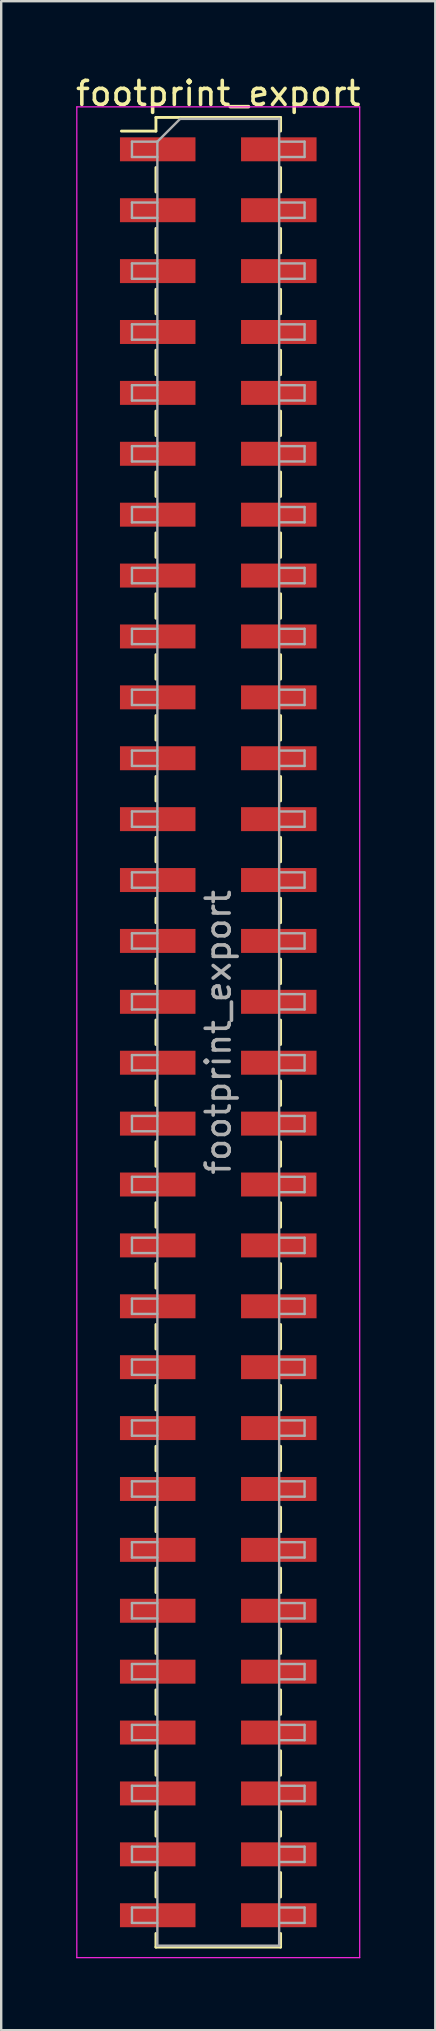
<source format=kicad_pcb>
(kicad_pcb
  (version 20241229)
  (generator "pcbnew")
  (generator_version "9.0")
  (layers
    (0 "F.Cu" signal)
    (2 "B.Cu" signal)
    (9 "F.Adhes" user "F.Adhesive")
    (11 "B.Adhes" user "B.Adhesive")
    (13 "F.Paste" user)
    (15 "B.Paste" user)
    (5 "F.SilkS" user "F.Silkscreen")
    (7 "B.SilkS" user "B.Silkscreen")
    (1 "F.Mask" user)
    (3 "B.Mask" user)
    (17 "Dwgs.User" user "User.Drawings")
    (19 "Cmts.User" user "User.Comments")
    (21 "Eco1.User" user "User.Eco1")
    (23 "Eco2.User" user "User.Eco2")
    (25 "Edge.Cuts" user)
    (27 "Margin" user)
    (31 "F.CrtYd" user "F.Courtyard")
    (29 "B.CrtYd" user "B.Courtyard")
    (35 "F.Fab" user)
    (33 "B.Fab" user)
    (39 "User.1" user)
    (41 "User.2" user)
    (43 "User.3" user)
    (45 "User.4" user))
  (footprint "footprint_export"
    (layer "F.Cu")
    (at 6.054 40.008)
    (property "Reference" "footprint_export" (at 0 -39.16 0) (layer "F.SilkS") (effects (font (size 1 1) (thickness 0.15))))
    (attr smd)
    (fp_line (start -4.04 -37.59) (end -2.6 -37.59) (stroke (width 0.12) (type solid)) (layer "F.SilkS"))
    (fp_line (start -2.6 -38.16) (end -2.6 -37.59) (stroke (width 0.12) (type solid)) (layer "F.SilkS"))
    (fp_line (start -2.6 -38.16) (end 2.6 -38.16) (stroke (width 0.12) (type solid)) (layer "F.SilkS"))
    (fp_line (start -2.6 -36.07) (end -2.6 -35.05) (stroke (width 0.12) (type solid)) (layer "F.SilkS"))
    (fp_line (start -2.6 -33.53) (end -2.6 -32.51) (stroke (width 0.12) (type solid)) (layer "F.SilkS"))
    (fp_line (start -2.6 -30.99) (end -2.6 -29.97) (stroke (width 0.12) (type solid)) (layer "F.SilkS"))
    (fp_line (start -2.6 -28.45) (end -2.6 -27.43) (stroke (width 0.12) (type solid)) (layer "F.SilkS"))
    (fp_line (start -2.6 -25.91) (end -2.6 -24.89) (stroke (width 0.12) (type solid)) (layer "F.SilkS"))
    (fp_line (start -2.6 -23.37) (end -2.6 -22.35) (stroke (width 0.12) (type solid)) (layer "F.SilkS"))
    (fp_line (start -2.6 -20.83) (end -2.6 -19.81) (stroke (width 0.12) (type solid)) (layer "F.SilkS"))
    (fp_line (start -2.6 -18.29) (end -2.6 -17.27) (stroke (width 0.12) (type solid)) (layer "F.SilkS"))
    (fp_line (start -2.6 -15.75) (end -2.6 -14.73) (stroke (width 0.12) (type solid)) (layer "F.SilkS"))
    (fp_line (start -2.6 -13.21) (end -2.6 -12.19) (stroke (width 0.12) (type solid)) (layer "F.SilkS"))
    (fp_line (start -2.6 -10.67) (end -2.6 -9.65) (stroke (width 0.12) (type solid)) (layer "F.SilkS"))
    (fp_line (start -2.6 -8.13) (end -2.6 -7.11) (stroke (width 0.12) (type solid)) (layer "F.SilkS"))
    (fp_line (start -2.6 -5.59) (end -2.6 -4.57) (stroke (width 0.12) (type solid)) (layer "F.SilkS"))
    (fp_line (start -2.6 -3.05) (end -2.6 -2.03) (stroke (width 0.12) (type solid)) (layer "F.SilkS"))
    (fp_line (start -2.6 -0.51) (end -2.6 0.51) (stroke (width 0.12) (type solid)) (layer "F.SilkS"))
    (fp_line (start -2.6 2.03) (end -2.6 3.05) (stroke (width 0.12) (type solid)) (layer "F.SilkS"))
    (fp_line (start -2.6 4.57) (end -2.6 5.59) (stroke (width 0.12) (type solid)) (layer "F.SilkS"))
    (fp_line (start -2.6 7.11) (end -2.6 8.13) (stroke (width 0.12) (type solid)) (layer "F.SilkS"))
    (fp_line (start -2.6 9.65) (end -2.6 10.67) (stroke (width 0.12) (type solid)) (layer "F.SilkS"))
    (fp_line (start -2.6 12.19) (end -2.6 13.21) (stroke (width 0.12) (type solid)) (layer "F.SilkS"))
    (fp_line (start -2.6 14.73) (end -2.6 15.75) (stroke (width 0.12) (type solid)) (layer "F.SilkS"))
    (fp_line (start -2.6 17.27) (end -2.6 18.29) (stroke (width 0.12) (type solid)) (layer "F.SilkS"))
    (fp_line (start -2.6 19.81) (end -2.6 20.83) (stroke (width 0.12) (type solid)) (layer "F.SilkS"))
    (fp_line (start -2.6 22.35) (end -2.6 23.37) (stroke (width 0.12) (type solid)) (layer "F.SilkS"))
    (fp_line (start -2.6 24.89) (end -2.6 25.91) (stroke (width 0.12) (type solid)) (layer "F.SilkS"))
    (fp_line (start -2.6 27.43) (end -2.6 28.45) (stroke (width 0.12) (type solid)) (layer "F.SilkS"))
    (fp_line (start -2.6 29.97) (end -2.6 30.99) (stroke (width 0.12) (type solid)) (layer "F.SilkS"))
    (fp_line (start -2.6 32.51) (end -2.6 33.53) (stroke (width 0.12) (type solid)) (layer "F.SilkS"))
    (fp_line (start -2.6 35.05) (end -2.6 36.07) (stroke (width 0.12) (type solid)) (layer "F.SilkS"))
    (fp_line (start -2.6 37.59) (end -2.6 38.16) (stroke (width 0.12) (type solid)) (layer "F.SilkS"))
    (fp_line (start -2.6 38.16) (end 2.6 38.16) (stroke (width 0.12) (type solid)) (layer "F.SilkS"))
    (fp_line (start 2.6 -38.16) (end 2.6 -37.59) (stroke (width 0.12) (type solid)) (layer "F.SilkS"))
    (fp_line (start 2.6 -36.07) (end 2.6 -35.05) (stroke (width 0.12) (type solid)) (layer "F.SilkS"))
    (fp_line (start 2.6 -33.53) (end 2.6 -32.51) (stroke (width 0.12) (type solid)) (layer "F.SilkS"))
    (fp_line (start 2.6 -30.99) (end 2.6 -29.97) (stroke (width 0.12) (type solid)) (layer "F.SilkS"))
    (fp_line (start 2.6 -28.45) (end 2.6 -27.43) (stroke (width 0.12) (type solid)) (layer "F.SilkS"))
    (fp_line (start 2.6 -25.91) (end 2.6 -24.89) (stroke (width 0.12) (type solid)) (layer "F.SilkS"))
    (fp_line (start 2.6 -23.37) (end 2.6 -22.35) (stroke (width 0.12) (type solid)) (layer "F.SilkS"))
    (fp_line (start 2.6 -20.83) (end 2.6 -19.81) (stroke (width 0.12) (type solid)) (layer "F.SilkS"))
    (fp_line (start 2.6 -18.29) (end 2.6 -17.27) (stroke (width 0.12) (type solid)) (layer "F.SilkS"))
    (fp_line (start 2.6 -15.75) (end 2.6 -14.73) (stroke (width 0.12) (type solid)) (layer "F.SilkS"))
    (fp_line (start 2.6 -13.21) (end 2.6 -12.19) (stroke (width 0.12) (type solid)) (layer "F.SilkS"))
    (fp_line (start 2.6 -10.67) (end 2.6 -9.65) (stroke (width 0.12) (type solid)) (layer "F.SilkS"))
    (fp_line (start 2.6 -8.13) (end 2.6 -7.11) (stroke (width 0.12) (type solid)) (layer "F.SilkS"))
    (fp_line (start 2.6 -5.59) (end 2.6 -4.57) (stroke (width 0.12) (type solid)) (layer "F.SilkS"))
    (fp_line (start 2.6 -3.05) (end 2.6 -2.03) (stroke (width 0.12) (type solid)) (layer "F.SilkS"))
    (fp_line (start 2.6 -0.51) (end 2.6 0.51) (stroke (width 0.12) (type solid)) (layer "F.SilkS"))
    (fp_line (start 2.6 2.03) (end 2.6 3.05) (stroke (width 0.12) (type solid)) (layer "F.SilkS"))
    (fp_line (start 2.6 4.57) (end 2.6 5.59) (stroke (width 0.12) (type solid)) (layer "F.SilkS"))
    (fp_line (start 2.6 7.11) (end 2.6 8.13) (stroke (width 0.12) (type solid)) (layer "F.SilkS"))
    (fp_line (start 2.6 9.65) (end 2.6 10.67) (stroke (width 0.12) (type solid)) (layer "F.SilkS"))
    (fp_line (start 2.6 12.19) (end 2.6 13.21) (stroke (width 0.12) (type solid)) (layer "F.SilkS"))
    (fp_line (start 2.6 14.73) (end 2.6 15.75) (stroke (width 0.12) (type solid)) (layer "F.SilkS"))
    (fp_line (start 2.6 17.27) (end 2.6 18.29) (stroke (width 0.12) (type solid)) (layer "F.SilkS"))
    (fp_line (start 2.6 19.81) (end 2.6 20.83) (stroke (width 0.12) (type solid)) (layer "F.SilkS"))
    (fp_line (start 2.6 22.35) (end 2.6 23.37) (stroke (width 0.12) (type solid)) (layer "F.SilkS"))
    (fp_line (start 2.6 24.89) (end 2.6 25.91) (stroke (width 0.12) (type solid)) (layer "F.SilkS"))
    (fp_line (start 2.6 27.43) (end 2.6 28.45) (stroke (width 0.12) (type solid)) (layer "F.SilkS"))
    (fp_line (start 2.6 29.97) (end 2.6 30.99) (stroke (width 0.12) (type solid)) (layer "F.SilkS"))
    (fp_line (start 2.6 32.51) (end 2.6 33.53) (stroke (width 0.12) (type solid)) (layer "F.SilkS"))
    (fp_line (start 2.6 35.05) (end 2.6 36.07) (stroke (width 0.12) (type solid)) (layer "F.SilkS"))
    (fp_line (start 2.6 37.59) (end 2.6 38.16) (stroke (width 0.12) (type solid)) (layer "F.SilkS"))
    (fp_line (start -5.9 -38.6) (end -5.9 38.6) (stroke (width 0.05) (type solid)) (layer "F.CrtYd"))
    (fp_line (start -5.9 38.6) (end 5.9 38.6) (stroke (width 0.05) (type solid)) (layer "F.CrtYd"))
    (fp_line (start 5.9 -38.6) (end -5.9 -38.6) (stroke (width 0.05) (type solid)) (layer "F.CrtYd"))
    (fp_line (start 5.9 38.6) (end 5.9 -38.6) (stroke (width 0.05) (type solid)) (layer "F.CrtYd"))
    (fp_line (start -3.6 -37.15) (end -3.6 -36.51) (stroke (width 0.1) (type solid)) (layer "F.Fab"))
    (fp_line (start -3.6 -36.51) (end -2.54 -36.51) (stroke (width 0.1) (type solid)) (layer "F.Fab"))
    (fp_line (start -3.6 -34.61) (end -3.6 -33.97) (stroke (width 0.1) (type solid)) (layer "F.Fab"))
    (fp_line (start -3.6 -33.97) (end -2.54 -33.97) (stroke (width 0.1) (type solid)) (layer "F.Fab"))
    (fp_line (start -3.6 -32.07) (end -3.6 -31.43) (stroke (width 0.1) (type solid)) (layer "F.Fab"))
    (fp_line (start -3.6 -31.43) (end -2.54 -31.43) (stroke (width 0.1) (type solid)) (layer "F.Fab"))
    (fp_line (start -3.6 -29.53) (end -3.6 -28.89) (stroke (width 0.1) (type solid)) (layer "F.Fab"))
    (fp_line (start -3.6 -28.89) (end -2.54 -28.89) (stroke (width 0.1) (type solid)) (layer "F.Fab"))
    (fp_line (start -3.6 -26.99) (end -3.6 -26.35) (stroke (width 0.1) (type solid)) (layer "F.Fab"))
    (fp_line (start -3.6 -26.35) (end -2.54 -26.35) (stroke (width 0.1) (type solid)) (layer "F.Fab"))
    (fp_line (start -3.6 -24.45) (end -3.6 -23.81) (stroke (width 0.1) (type solid)) (layer "F.Fab"))
    (fp_line (start -3.6 -23.81) (end -2.54 -23.81) (stroke (width 0.1) (type solid)) (layer "F.Fab"))
    (fp_line (start -3.6 -21.91) (end -3.6 -21.27) (stroke (width 0.1) (type solid)) (layer "F.Fab"))
    (fp_line (start -3.6 -21.27) (end -2.54 -21.27) (stroke (width 0.1) (type solid)) (layer "F.Fab"))
    (fp_line (start -3.6 -19.37) (end -3.6 -18.73) (stroke (width 0.1) (type solid)) (layer "F.Fab"))
    (fp_line (start -3.6 -18.73) (end -2.54 -18.73) (stroke (width 0.1) (type solid)) (layer "F.Fab"))
    (fp_line (start -3.6 -16.83) (end -3.6 -16.19) (stroke (width 0.1) (type solid)) (layer "F.Fab"))
    (fp_line (start -3.6 -16.19) (end -2.54 -16.19) (stroke (width 0.1) (type solid)) (layer "F.Fab"))
    (fp_line (start -3.6 -14.29) (end -3.6 -13.65) (stroke (width 0.1) (type solid)) (layer "F.Fab"))
    (fp_line (start -3.6 -13.65) (end -2.54 -13.65) (stroke (width 0.1) (type solid)) (layer "F.Fab"))
    (fp_line (start -3.6 -11.75) (end -3.6 -11.11) (stroke (width 0.1) (type solid)) (layer "F.Fab"))
    (fp_line (start -3.6 -11.11) (end -2.54 -11.11) (stroke (width 0.1) (type solid)) (layer "F.Fab"))
    (fp_line (start -3.6 -9.21) (end -3.6 -8.57) (stroke (width 0.1) (type solid)) (layer "F.Fab"))
    (fp_line (start -3.6 -8.57) (end -2.54 -8.57) (stroke (width 0.1) (type solid)) (layer "F.Fab"))
    (fp_line (start -3.6 -6.67) (end -3.6 -6.03) (stroke (width 0.1) (type solid)) (layer "F.Fab"))
    (fp_line (start -3.6 -6.03) (end -2.54 -6.03) (stroke (width 0.1) (type solid)) (layer "F.Fab"))
    (fp_line (start -3.6 -4.13) (end -3.6 -3.49) (stroke (width 0.1) (type solid)) (layer "F.Fab"))
    (fp_line (start -3.6 -3.49) (end -2.54 -3.49) (stroke (width 0.1) (type solid)) (layer "F.Fab"))
    (fp_line (start -3.6 -1.59) (end -3.6 -0.95) (stroke (width 0.1) (type solid)) (layer "F.Fab"))
    (fp_line (start -3.6 -0.95) (end -2.54 -0.95) (stroke (width 0.1) (type solid)) (layer "F.Fab"))
    (fp_line (start -3.6 0.95) (end -3.6 1.59) (stroke (width 0.1) (type solid)) (layer "F.Fab"))
    (fp_line (start -3.6 1.59) (end -2.54 1.59) (stroke (width 0.1) (type solid)) (layer "F.Fab"))
    (fp_line (start -3.6 3.49) (end -3.6 4.13) (stroke (width 0.1) (type solid)) (layer "F.Fab"))
    (fp_line (start -3.6 4.13) (end -2.54 4.13) (stroke (width 0.1) (type solid)) (layer "F.Fab"))
    (fp_line (start -3.6 6.03) (end -3.6 6.67) (stroke (width 0.1) (type solid)) (layer "F.Fab"))
    (fp_line (start -3.6 6.67) (end -2.54 6.67) (stroke (width 0.1) (type solid)) (layer "F.Fab"))
    (fp_line (start -3.6 8.57) (end -3.6 9.21) (stroke (width 0.1) (type solid)) (layer "F.Fab"))
    (fp_line (start -3.6 9.21) (end -2.54 9.21) (stroke (width 0.1) (type solid)) (layer "F.Fab"))
    (fp_line (start -3.6 11.11) (end -3.6 11.75) (stroke (width 0.1) (type solid)) (layer "F.Fab"))
    (fp_line (start -3.6 11.75) (end -2.54 11.75) (stroke (width 0.1) (type solid)) (layer "F.Fab"))
    (fp_line (start -3.6 13.65) (end -3.6 14.29) (stroke (width 0.1) (type solid)) (layer "F.Fab"))
    (fp_line (start -3.6 14.29) (end -2.54 14.29) (stroke (width 0.1) (type solid)) (layer "F.Fab"))
    (fp_line (start -3.6 16.19) (end -3.6 16.83) (stroke (width 0.1) (type solid)) (layer "F.Fab"))
    (fp_line (start -3.6 16.83) (end -2.54 16.83) (stroke (width 0.1) (type solid)) (layer "F.Fab"))
    (fp_line (start -3.6 18.73) (end -3.6 19.37) (stroke (width 0.1) (type solid)) (layer "F.Fab"))
    (fp_line (start -3.6 19.37) (end -2.54 19.37) (stroke (width 0.1) (type solid)) (layer "F.Fab"))
    (fp_line (start -3.6 21.27) (end -3.6 21.91) (stroke (width 0.1) (type solid)) (layer "F.Fab"))
    (fp_line (start -3.6 21.91) (end -2.54 21.91) (stroke (width 0.1) (type solid)) (layer "F.Fab"))
    (fp_line (start -3.6 23.81) (end -3.6 24.45) (stroke (width 0.1) (type solid)) (layer "F.Fab"))
    (fp_line (start -3.6 24.45) (end -2.54 24.45) (stroke (width 0.1) (type solid)) (layer "F.Fab"))
    (fp_line (start -3.6 26.35) (end -3.6 26.99) (stroke (width 0.1) (type solid)) (layer "F.Fab"))
    (fp_line (start -3.6 26.99) (end -2.54 26.99) (stroke (width 0.1) (type solid)) (layer "F.Fab"))
    (fp_line (start -3.6 28.89) (end -3.6 29.53) (stroke (width 0.1) (type solid)) (layer "F.Fab"))
    (fp_line (start -3.6 29.53) (end -2.54 29.53) (stroke (width 0.1) (type solid)) (layer "F.Fab"))
    (fp_line (start -3.6 31.43) (end -3.6 32.07) (stroke (width 0.1) (type solid)) (layer "F.Fab"))
    (fp_line (start -3.6 32.07) (end -2.54 32.07) (stroke (width 0.1) (type solid)) (layer "F.Fab"))
    (fp_line (start -3.6 33.97) (end -3.6 34.61) (stroke (width 0.1) (type solid)) (layer "F.Fab"))
    (fp_line (start -3.6 34.61) (end -2.54 34.61) (stroke (width 0.1) (type solid)) (layer "F.Fab"))
    (fp_line (start -3.6 36.51) (end -3.6 37.15) (stroke (width 0.1) (type solid)) (layer "F.Fab"))
    (fp_line (start -3.6 37.15) (end -2.54 37.15) (stroke (width 0.1) (type solid)) (layer "F.Fab"))
    (fp_line (start -2.54 -37.15) (end -3.6 -37.15) (stroke (width 0.1) (type solid)) (layer "F.Fab"))
    (fp_line (start -2.54 -37.15) (end -1.59 -38.1) (stroke (width 0.1) (type solid)) (layer "F.Fab"))
    (fp_line (start -2.54 -34.61) (end -3.6 -34.61) (stroke (width 0.1) (type solid)) (layer "F.Fab"))
    (fp_line (start -2.54 -32.07) (end -3.6 -32.07) (stroke (width 0.1) (type solid)) (layer "F.Fab"))
    (fp_line (start -2.54 -29.53) (end -3.6 -29.53) (stroke (width 0.1) (type solid)) (layer "F.Fab"))
    (fp_line (start -2.54 -26.99) (end -3.6 -26.99) (stroke (width 0.1) (type solid)) (layer "F.Fab"))
    (fp_line (start -2.54 -24.45) (end -3.6 -24.45) (stroke (width 0.1) (type solid)) (layer "F.Fab"))
    (fp_line (start -2.54 -21.91) (end -3.6 -21.91) (stroke (width 0.1) (type solid)) (layer "F.Fab"))
    (fp_line (start -2.54 -19.37) (end -3.6 -19.37) (stroke (width 0.1) (type solid)) (layer "F.Fab"))
    (fp_line (start -2.54 -16.83) (end -3.6 -16.83) (stroke (width 0.1) (type solid)) (layer "F.Fab"))
    (fp_line (start -2.54 -14.29) (end -3.6 -14.29) (stroke (width 0.1) (type solid)) (layer "F.Fab"))
    (fp_line (start -2.54 -11.75) (end -3.6 -11.75) (stroke (width 0.1) (type solid)) (layer "F.Fab"))
    (fp_line (start -2.54 -9.21) (end -3.6 -9.21) (stroke (width 0.1) (type solid)) (layer "F.Fab"))
    (fp_line (start -2.54 -6.67) (end -3.6 -6.67) (stroke (width 0.1) (type solid)) (layer "F.Fab"))
    (fp_line (start -2.54 -4.13) (end -3.6 -4.13) (stroke (width 0.1) (type solid)) (layer "F.Fab"))
    (fp_line (start -2.54 -1.59) (end -3.6 -1.59) (stroke (width 0.1) (type solid)) (layer "F.Fab"))
    (fp_line (start -2.54 0.95) (end -3.6 0.95) (stroke (width 0.1) (type solid)) (layer "F.Fab"))
    (fp_line (start -2.54 3.49) (end -3.6 3.49) (stroke (width 0.1) (type solid)) (layer "F.Fab"))
    (fp_line (start -2.54 6.03) (end -3.6 6.03) (stroke (width 0.1) (type solid)) (layer "F.Fab"))
    (fp_line (start -2.54 8.57) (end -3.6 8.57) (stroke (width 0.1) (type solid)) (layer "F.Fab"))
    (fp_line (start -2.54 11.11) (end -3.6 11.11) (stroke (width 0.1) (type solid)) (layer "F.Fab"))
    (fp_line (start -2.54 13.65) (end -3.6 13.65) (stroke (width 0.1) (type solid)) (layer "F.Fab"))
    (fp_line (start -2.54 16.19) (end -3.6 16.19) (stroke (width 0.1) (type solid)) (layer "F.Fab"))
    (fp_line (start -2.54 18.73) (end -3.6 18.73) (stroke (width 0.1) (type solid)) (layer "F.Fab"))
    (fp_line (start -2.54 21.27) (end -3.6 21.27) (stroke (width 0.1) (type solid)) (layer "F.Fab"))
    (fp_line (start -2.54 23.81) (end -3.6 23.81) (stroke (width 0.1) (type solid)) (layer "F.Fab"))
    (fp_line (start -2.54 26.35) (end -3.6 26.35) (stroke (width 0.1) (type solid)) (layer "F.Fab"))
    (fp_line (start -2.54 28.89) (end -3.6 28.89) (stroke (width 0.1) (type solid)) (layer "F.Fab"))
    (fp_line (start -2.54 31.43) (end -3.6 31.43) (stroke (width 0.1) (type solid)) (layer "F.Fab"))
    (fp_line (start -2.54 33.97) (end -3.6 33.97) (stroke (width 0.1) (type solid)) (layer "F.Fab"))
    (fp_line (start -2.54 36.51) (end -3.6 36.51) (stroke (width 0.1) (type solid)) (layer "F.Fab"))
    (fp_line (start -2.54 38.1) (end -2.54 -37.15) (stroke (width 0.1) (type solid)) (layer "F.Fab"))
    (fp_line (start -1.59 -38.1) (end 2.54 -38.1) (stroke (width 0.1) (type solid)) (layer "F.Fab"))
    (fp_line (start 2.54 -38.1) (end 2.54 38.1) (stroke (width 0.1) (type solid)) (layer "F.Fab"))
    (fp_line (start 2.54 -37.15) (end 3.6 -37.15) (stroke (width 0.1) (type solid)) (layer "F.Fab"))
    (fp_line (start 2.54 -34.61) (end 3.6 -34.61) (stroke (width 0.1) (type solid)) (layer "F.Fab"))
    (fp_line (start 2.54 -32.07) (end 3.6 -32.07) (stroke (width 0.1) (type solid)) (layer "F.Fab"))
    (fp_line (start 2.54 -29.53) (end 3.6 -29.53) (stroke (width 0.1) (type solid)) (layer "F.Fab"))
    (fp_line (start 2.54 -26.99) (end 3.6 -26.99) (stroke (width 0.1) (type solid)) (layer "F.Fab"))
    (fp_line (start 2.54 -24.45) (end 3.6 -24.45) (stroke (width 0.1) (type solid)) (layer "F.Fab"))
    (fp_line (start 2.54 -21.91) (end 3.6 -21.91) (stroke (width 0.1) (type solid)) (layer "F.Fab"))
    (fp_line (start 2.54 -19.37) (end 3.6 -19.37) (stroke (width 0.1) (type solid)) (layer "F.Fab"))
    (fp_line (start 2.54 -16.83) (end 3.6 -16.83) (stroke (width 0.1) (type solid)) (layer "F.Fab"))
    (fp_line (start 2.54 -14.29) (end 3.6 -14.29) (stroke (width 0.1) (type solid)) (layer "F.Fab"))
    (fp_line (start 2.54 -11.75) (end 3.6 -11.75) (stroke (width 0.1) (type solid)) (layer "F.Fab"))
    (fp_line (start 2.54 -9.21) (end 3.6 -9.21) (stroke (width 0.1) (type solid)) (layer "F.Fab"))
    (fp_line (start 2.54 -6.67) (end 3.6 -6.67) (stroke (width 0.1) (type solid)) (layer "F.Fab"))
    (fp_line (start 2.54 -4.13) (end 3.6 -4.13) (stroke (width 0.1) (type solid)) (layer "F.Fab"))
    (fp_line (start 2.54 -1.59) (end 3.6 -1.59) (stroke (width 0.1) (type solid)) (layer "F.Fab"))
    (fp_line (start 2.54 0.95) (end 3.6 0.95) (stroke (width 0.1) (type solid)) (layer "F.Fab"))
    (fp_line (start 2.54 3.49) (end 3.6 3.49) (stroke (width 0.1) (type solid)) (layer "F.Fab"))
    (fp_line (start 2.54 6.03) (end 3.6 6.03) (stroke (width 0.1) (type solid)) (layer "F.Fab"))
    (fp_line (start 2.54 8.57) (end 3.6 8.57) (stroke (width 0.1) (type solid)) (layer "F.Fab"))
    (fp_line (start 2.54 11.11) (end 3.6 11.11) (stroke (width 0.1) (type solid)) (layer "F.Fab"))
    (fp_line (start 2.54 13.65) (end 3.6 13.65) (stroke (width 0.1) (type solid)) (layer "F.Fab"))
    (fp_line (start 2.54 16.19) (end 3.6 16.19) (stroke (width 0.1) (type solid)) (layer "F.Fab"))
    (fp_line (start 2.54 18.73) (end 3.6 18.73) (stroke (width 0.1) (type solid)) (layer "F.Fab"))
    (fp_line (start 2.54 21.27) (end 3.6 21.27) (stroke (width 0.1) (type solid)) (layer "F.Fab"))
    (fp_line (start 2.54 23.81) (end 3.6 23.81) (stroke (width 0.1) (type solid)) (layer "F.Fab"))
    (fp_line (start 2.54 26.35) (end 3.6 26.35) (stroke (width 0.1) (type solid)) (layer "F.Fab"))
    (fp_line (start 2.54 28.89) (end 3.6 28.89) (stroke (width 0.1) (type solid)) (layer "F.Fab"))
    (fp_line (start 2.54 31.43) (end 3.6 31.43) (stroke (width 0.1) (type solid)) (layer "F.Fab"))
    (fp_line (start 2.54 33.97) (end 3.6 33.97) (stroke (width 0.1) (type solid)) (layer "F.Fab"))
    (fp_line (start 2.54 36.51) (end 3.6 36.51) (stroke (width 0.1) (type solid)) (layer "F.Fab"))
    (fp_line (start 2.54 38.1) (end -2.54 38.1) (stroke (width 0.1) (type solid)) (layer "F.Fab"))
    (fp_line (start 3.6 -37.15) (end 3.6 -36.51) (stroke (width 0.1) (type solid)) (layer "F.Fab"))
    (fp_line (start 3.6 -36.51) (end 2.54 -36.51) (stroke (width 0.1) (type solid)) (layer "F.Fab"))
    (fp_line (start 3.6 -34.61) (end 3.6 -33.97) (stroke (width 0.1) (type solid)) (layer "F.Fab"))
    (fp_line (start 3.6 -33.97) (end 2.54 -33.97) (stroke (width 0.1) (type solid)) (layer "F.Fab"))
    (fp_line (start 3.6 -32.07) (end 3.6 -31.43) (stroke (width 0.1) (type solid)) (layer "F.Fab"))
    (fp_line (start 3.6 -31.43) (end 2.54 -31.43) (stroke (width 0.1) (type solid)) (layer "F.Fab"))
    (fp_line (start 3.6 -29.53) (end 3.6 -28.89) (stroke (width 0.1) (type solid)) (layer "F.Fab"))
    (fp_line (start 3.6 -28.89) (end 2.54 -28.89) (stroke (width 0.1) (type solid)) (layer "F.Fab"))
    (fp_line (start 3.6 -26.99) (end 3.6 -26.35) (stroke (width 0.1) (type solid)) (layer "F.Fab"))
    (fp_line (start 3.6 -26.35) (end 2.54 -26.35) (stroke (width 0.1) (type solid)) (layer "F.Fab"))
    (fp_line (start 3.6 -24.45) (end 3.6 -23.81) (stroke (width 0.1) (type solid)) (layer "F.Fab"))
    (fp_line (start 3.6 -23.81) (end 2.54 -23.81) (stroke (width 0.1) (type solid)) (layer "F.Fab"))
    (fp_line (start 3.6 -21.91) (end 3.6 -21.27) (stroke (width 0.1) (type solid)) (layer "F.Fab"))
    (fp_line (start 3.6 -21.27) (end 2.54 -21.27) (stroke (width 0.1) (type solid)) (layer "F.Fab"))
    (fp_line (start 3.6 -19.37) (end 3.6 -18.73) (stroke (width 0.1) (type solid)) (layer "F.Fab"))
    (fp_line (start 3.6 -18.73) (end 2.54 -18.73) (stroke (width 0.1) (type solid)) (layer "F.Fab"))
    (fp_line (start 3.6 -16.83) (end 3.6 -16.19) (stroke (width 0.1) (type solid)) (layer "F.Fab"))
    (fp_line (start 3.6 -16.19) (end 2.54 -16.19) (stroke (width 0.1) (type solid)) (layer "F.Fab"))
    (fp_line (start 3.6 -14.29) (end 3.6 -13.65) (stroke (width 0.1) (type solid)) (layer "F.Fab"))
    (fp_line (start 3.6 -13.65) (end 2.54 -13.65) (stroke (width 0.1) (type solid)) (layer "F.Fab"))
    (fp_line (start 3.6 -11.75) (end 3.6 -11.11) (stroke (width 0.1) (type solid)) (layer "F.Fab"))
    (fp_line (start 3.6 -11.11) (end 2.54 -11.11) (stroke (width 0.1) (type solid)) (layer "F.Fab"))
    (fp_line (start 3.6 -9.21) (end 3.6 -8.57) (stroke (width 0.1) (type solid)) (layer "F.Fab"))
    (fp_line (start 3.6 -8.57) (end 2.54 -8.57) (stroke (width 0.1) (type solid)) (layer "F.Fab"))
    (fp_line (start 3.6 -6.67) (end 3.6 -6.03) (stroke (width 0.1) (type solid)) (layer "F.Fab"))
    (fp_line (start 3.6 -6.03) (end 2.54 -6.03) (stroke (width 0.1) (type solid)) (layer "F.Fab"))
    (fp_line (start 3.6 -4.13) (end 3.6 -3.49) (stroke (width 0.1) (type solid)) (layer "F.Fab"))
    (fp_line (start 3.6 -3.49) (end 2.54 -3.49) (stroke (width 0.1) (type solid)) (layer "F.Fab"))
    (fp_line (start 3.6 -1.59) (end 3.6 -0.95) (stroke (width 0.1) (type solid)) (layer "F.Fab"))
    (fp_line (start 3.6 -0.95) (end 2.54 -0.95) (stroke (width 0.1) (type solid)) (layer "F.Fab"))
    (fp_line (start 3.6 0.95) (end 3.6 1.59) (stroke (width 0.1) (type solid)) (layer "F.Fab"))
    (fp_line (start 3.6 1.59) (end 2.54 1.59) (stroke (width 0.1) (type solid)) (layer "F.Fab"))
    (fp_line (start 3.6 3.49) (end 3.6 4.13) (stroke (width 0.1) (type solid)) (layer "F.Fab"))
    (fp_line (start 3.6 4.13) (end 2.54 4.13) (stroke (width 0.1) (type solid)) (layer "F.Fab"))
    (fp_line (start 3.6 6.03) (end 3.6 6.67) (stroke (width 0.1) (type solid)) (layer "F.Fab"))
    (fp_line (start 3.6 6.67) (end 2.54 6.67) (stroke (width 0.1) (type solid)) (layer "F.Fab"))
    (fp_line (start 3.6 8.57) (end 3.6 9.21) (stroke (width 0.1) (type solid)) (layer "F.Fab"))
    (fp_line (start 3.6 9.21) (end 2.54 9.21) (stroke (width 0.1) (type solid)) (layer "F.Fab"))
    (fp_line (start 3.6 11.11) (end 3.6 11.75) (stroke (width 0.1) (type solid)) (layer "F.Fab"))
    (fp_line (start 3.6 11.75) (end 2.54 11.75) (stroke (width 0.1) (type solid)) (layer "F.Fab"))
    (fp_line (start 3.6 13.65) (end 3.6 14.29) (stroke (width 0.1) (type solid)) (layer "F.Fab"))
    (fp_line (start 3.6 14.29) (end 2.54 14.29) (stroke (width 0.1) (type solid)) (layer "F.Fab"))
    (fp_line (start 3.6 16.19) (end 3.6 16.83) (stroke (width 0.1) (type solid)) (layer "F.Fab"))
    (fp_line (start 3.6 16.83) (end 2.54 16.83) (stroke (width 0.1) (type solid)) (layer "F.Fab"))
    (fp_line (start 3.6 18.73) (end 3.6 19.37) (stroke (width 0.1) (type solid)) (layer "F.Fab"))
    (fp_line (start 3.6 19.37) (end 2.54 19.37) (stroke (width 0.1) (type solid)) (layer "F.Fab"))
    (fp_line (start 3.6 21.27) (end 3.6 21.91) (stroke (width 0.1) (type solid)) (layer "F.Fab"))
    (fp_line (start 3.6 21.91) (end 2.54 21.91) (stroke (width 0.1) (type solid)) (layer "F.Fab"))
    (fp_line (start 3.6 23.81) (end 3.6 24.45) (stroke (width 0.1) (type solid)) (layer "F.Fab"))
    (fp_line (start 3.6 24.45) (end 2.54 24.45) (stroke (width 0.1) (type solid)) (layer "F.Fab"))
    (fp_line (start 3.6 26.35) (end 3.6 26.99) (stroke (width 0.1) (type solid)) (layer "F.Fab"))
    (fp_line (start 3.6 26.99) (end 2.54 26.99) (stroke (width 0.1) (type solid)) (layer "F.Fab"))
    (fp_line (start 3.6 28.89) (end 3.6 29.53) (stroke (width 0.1) (type solid)) (layer "F.Fab"))
    (fp_line (start 3.6 29.53) (end 2.54 29.53) (stroke (width 0.1) (type solid)) (layer "F.Fab"))
    (fp_line (start 3.6 31.43) (end 3.6 32.07) (stroke (width 0.1) (type solid)) (layer "F.Fab"))
    (fp_line (start 3.6 32.07) (end 2.54 32.07) (stroke (width 0.1) (type solid)) (layer "F.Fab"))
    (fp_line (start 3.6 33.97) (end 3.6 34.61) (stroke (width 0.1) (type solid)) (layer "F.Fab"))
    (fp_line (start 3.6 34.61) (end 2.54 34.61) (stroke (width 0.1) (type solid)) (layer "F.Fab"))
    (fp_line (start 3.6 36.51) (end 3.6 37.15) (stroke (width 0.1) (type solid)) (layer "F.Fab"))
    (fp_line (start 3.6 37.15) (end 2.54 37.15) (stroke (width 0.1) (type solid)) (layer "F.Fab"))
    (fp_text user "${REFERENCE}" (at 0 0 90) (layer "F.Fab") (effects (font (size 1 1) (thickness 0.15))))
    (pad "1" smd rect (at -2.525 -36.83) (size 3.15 1) (layers "F.Cu" "F.Mask" "F.Paste"))
    (pad "2" smd rect (at 2.525 -36.83) (size 3.15 1) (layers "F.Cu" "F.Mask" "F.Paste"))
    (pad "3" smd rect (at -2.525 -34.29) (size 3.15 1) (layers "F.Cu" "F.Mask" "F.Paste"))
    (pad "4" smd rect (at 2.525 -34.29) (size 3.15 1) (layers "F.Cu" "F.Mask" "F.Paste"))
    (pad "5" smd rect (at -2.525 -31.75) (size 3.15 1) (layers "F.Cu" "F.Mask" "F.Paste"))
    (pad "6" smd rect (at 2.525 -31.75) (size 3.15 1) (layers "F.Cu" "F.Mask" "F.Paste"))
    (pad "7" smd rect (at -2.525 -29.21) (size 3.15 1) (layers "F.Cu" "F.Mask" "F.Paste"))
    (pad "8" smd rect (at 2.525 -29.21) (size 3.15 1) (layers "F.Cu" "F.Mask" "F.Paste"))
    (pad "9" smd rect (at -2.525 -26.67) (size 3.15 1) (layers "F.Cu" "F.Mask" "F.Paste"))
    (pad "10" smd rect (at 2.525 -26.67) (size 3.15 1) (layers "F.Cu" "F.Mask" "F.Paste"))
    (pad "11" smd rect (at -2.525 -24.13) (size 3.15 1) (layers "F.Cu" "F.Mask" "F.Paste"))
    (pad "12" smd rect (at 2.525 -24.13) (size 3.15 1) (layers "F.Cu" "F.Mask" "F.Paste"))
    (pad "13" smd rect (at -2.525 -21.59) (size 3.15 1) (layers "F.Cu" "F.Mask" "F.Paste"))
    (pad "14" smd rect (at 2.525 -21.59) (size 3.15 1) (layers "F.Cu" "F.Mask" "F.Paste"))
    (pad "15" smd rect (at -2.525 -19.05) (size 3.15 1) (layers "F.Cu" "F.Mask" "F.Paste"))
    (pad "16" smd rect (at 2.525 -19.05) (size 3.15 1) (layers "F.Cu" "F.Mask" "F.Paste"))
    (pad "17" smd rect (at -2.525 -16.51) (size 3.15 1) (layers "F.Cu" "F.Mask" "F.Paste"))
    (pad "18" smd rect (at 2.525 -16.51) (size 3.15 1) (layers "F.Cu" "F.Mask" "F.Paste"))
    (pad "19" smd rect (at -2.525 -13.97) (size 3.15 1) (layers "F.Cu" "F.Mask" "F.Paste"))
    (pad "20" smd rect (at 2.525 -13.97) (size 3.15 1) (layers "F.Cu" "F.Mask" "F.Paste"))
    (pad "21" smd rect (at -2.525 -11.43) (size 3.15 1) (layers "F.Cu" "F.Mask" "F.Paste"))
    (pad "22" smd rect (at 2.525 -11.43) (size 3.15 1) (layers "F.Cu" "F.Mask" "F.Paste"))
    (pad "23" smd rect (at -2.525 -8.89) (size 3.15 1) (layers "F.Cu" "F.Mask" "F.Paste"))
    (pad "24" smd rect (at 2.525 -8.89) (size 3.15 1) (layers "F.Cu" "F.Mask" "F.Paste"))
    (pad "25" smd rect (at -2.525 -6.35) (size 3.15 1) (layers "F.Cu" "F.Mask" "F.Paste"))
    (pad "26" smd rect (at 2.525 -6.35) (size 3.15 1) (layers "F.Cu" "F.Mask" "F.Paste"))
    (pad "27" smd rect (at -2.525 -3.81) (size 3.15 1) (layers "F.Cu" "F.Mask" "F.Paste"))
    (pad "28" smd rect (at 2.525 -3.81) (size 3.15 1) (layers "F.Cu" "F.Mask" "F.Paste"))
    (pad "29" smd rect (at -2.525 -1.27) (size 3.15 1) (layers "F.Cu" "F.Mask" "F.Paste"))
    (pad "30" smd rect (at 2.525 -1.27) (size 3.15 1) (layers "F.Cu" "F.Mask" "F.Paste"))
    (pad "31" smd rect (at -2.525 1.27) (size 3.15 1) (layers "F.Cu" "F.Mask" "F.Paste"))
    (pad "32" smd rect (at 2.525 1.27) (size 3.15 1) (layers "F.Cu" "F.Mask" "F.Paste"))
    (pad "33" smd rect (at -2.525 3.81) (size 3.15 1) (layers "F.Cu" "F.Mask" "F.Paste"))
    (pad "34" smd rect (at 2.525 3.81) (size 3.15 1) (layers "F.Cu" "F.Mask" "F.Paste"))
    (pad "35" smd rect (at -2.525 6.35) (size 3.15 1) (layers "F.Cu" "F.Mask" "F.Paste"))
    (pad "36" smd rect (at 2.525 6.35) (size 3.15 1) (layers "F.Cu" "F.Mask" "F.Paste"))
    (pad "37" smd rect (at -2.525 8.89) (size 3.15 1) (layers "F.Cu" "F.Mask" "F.Paste"))
    (pad "38" smd rect (at 2.525 8.89) (size 3.15 1) (layers "F.Cu" "F.Mask" "F.Paste"))
    (pad "39" smd rect (at -2.525 11.43) (size 3.15 1) (layers "F.Cu" "F.Mask" "F.Paste"))
    (pad "40" smd rect (at 2.525 11.43) (size 3.15 1) (layers "F.Cu" "F.Mask" "F.Paste"))
    (pad "41" smd rect (at -2.525 13.97) (size 3.15 1) (layers "F.Cu" "F.Mask" "F.Paste"))
    (pad "42" smd rect (at 2.525 13.97) (size 3.15 1) (layers "F.Cu" "F.Mask" "F.Paste"))
    (pad "43" smd rect (at -2.525 16.51) (size 3.15 1) (layers "F.Cu" "F.Mask" "F.Paste"))
    (pad "44" smd rect (at 2.525 16.51) (size 3.15 1) (layers "F.Cu" "F.Mask" "F.Paste"))
    (pad "45" smd rect (at -2.525 19.05) (size 3.15 1) (layers "F.Cu" "F.Mask" "F.Paste"))
    (pad "46" smd rect (at 2.525 19.05) (size 3.15 1) (layers "F.Cu" "F.Mask" "F.Paste"))
    (pad "47" smd rect (at -2.525 21.59) (size 3.15 1) (layers "F.Cu" "F.Mask" "F.Paste"))
    (pad "48" smd rect (at 2.525 21.59) (size 3.15 1) (layers "F.Cu" "F.Mask" "F.Paste"))
    (pad "49" smd rect (at -2.525 24.13) (size 3.15 1) (layers "F.Cu" "F.Mask" "F.Paste"))
    (pad "50" smd rect (at 2.525 24.13) (size 3.15 1) (layers "F.Cu" "F.Mask" "F.Paste"))
    (pad "51" smd rect (at -2.525 26.67) (size 3.15 1) (layers "F.Cu" "F.Mask" "F.Paste"))
    (pad "52" smd rect (at 2.525 26.67) (size 3.15 1) (layers "F.Cu" "F.Mask" "F.Paste"))
    (pad "53" smd rect (at -2.525 29.21) (size 3.15 1) (layers "F.Cu" "F.Mask" "F.Paste"))
    (pad "54" smd rect (at 2.525 29.21) (size 3.15 1) (layers "F.Cu" "F.Mask" "F.Paste"))
    (pad "55" smd rect (at -2.525 31.75) (size 3.15 1) (layers "F.Cu" "F.Mask" "F.Paste"))
    (pad "56" smd rect (at 2.525 31.75) (size 3.15 1) (layers "F.Cu" "F.Mask" "F.Paste"))
    (pad "57" smd rect (at -2.525 34.29) (size 3.15 1) (layers "F.Cu" "F.Mask" "F.Paste"))
    (pad "58" smd rect (at 2.525 34.29) (size 3.15 1) (layers "F.Cu" "F.Mask" "F.Paste"))
    (pad "59" smd rect (at -2.525 36.83) (size 3.15 1) (layers "F.Cu" "F.Mask" "F.Paste"))
    (pad "60" smd rect (at 2.525 36.83) (size 3.15 1) (layers "F.Cu" "F.Mask" "F.Paste")))
  (gr_rect
    (start -3 -3)
    (end 15.107 81.633)
    (stroke (width 0.1) (type default))
    (fill no)
    (layer "Edge.Cuts")))
</source>
